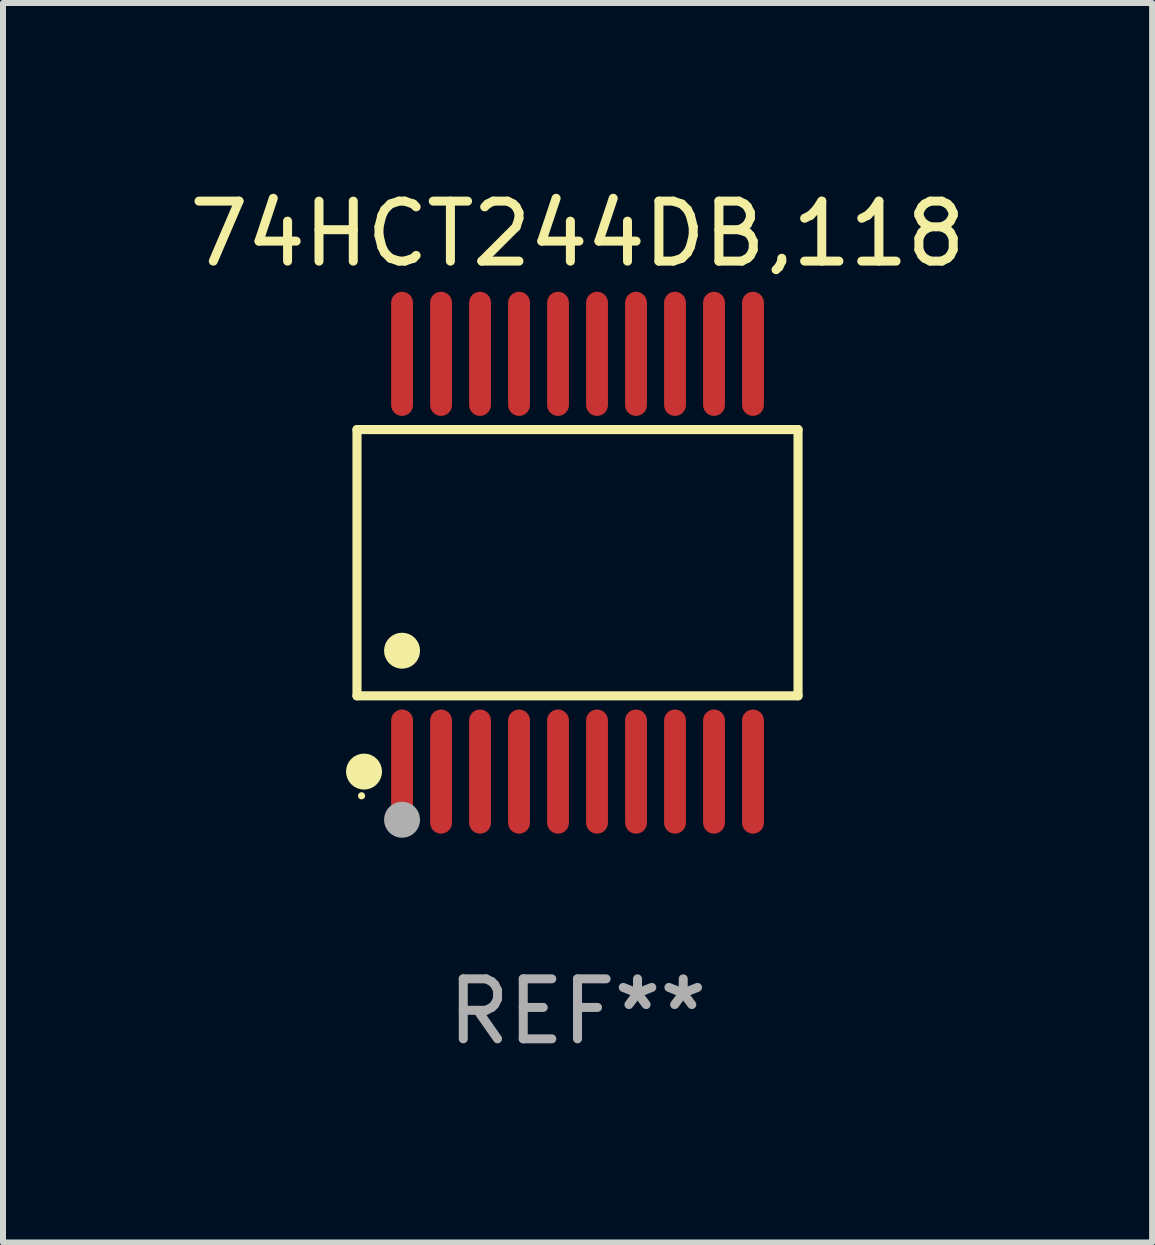
<source format=kicad_pcb>
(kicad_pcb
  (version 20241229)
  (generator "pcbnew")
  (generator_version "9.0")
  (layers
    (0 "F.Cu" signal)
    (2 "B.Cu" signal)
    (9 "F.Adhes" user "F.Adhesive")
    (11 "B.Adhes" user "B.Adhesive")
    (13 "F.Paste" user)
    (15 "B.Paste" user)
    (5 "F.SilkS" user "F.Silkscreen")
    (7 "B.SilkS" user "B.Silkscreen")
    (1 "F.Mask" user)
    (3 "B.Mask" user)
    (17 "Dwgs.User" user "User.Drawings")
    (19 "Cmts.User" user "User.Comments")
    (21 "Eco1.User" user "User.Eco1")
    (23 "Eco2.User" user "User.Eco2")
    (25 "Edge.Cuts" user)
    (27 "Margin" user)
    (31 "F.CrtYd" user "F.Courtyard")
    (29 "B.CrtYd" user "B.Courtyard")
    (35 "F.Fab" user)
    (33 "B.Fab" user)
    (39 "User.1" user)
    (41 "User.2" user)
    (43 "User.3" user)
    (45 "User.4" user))
  (footprint "74HCT244DB,118"
    (layer "F.Cu")
    (at 6.577 6.33)
    (property "Reference" "74HCT244DB,118" (at 0 -5.482 0) (layer "F.SilkS") (effects (font (size 1 1) (thickness 0.15))))
    (attr through_hole)
    (fp_line (start -3.676 -2.219) (end 3.676 -2.219) (stroke (width 0.152) (type solid)) (layer "F.SilkS"))
    (fp_line (start -3.676 2.219) (end -3.676 -2.219) (stroke (width 0.152) (type solid)) (layer "F.SilkS"))
    (fp_line (start 3.676 -2.219) (end 3.676 2.219) (stroke (width 0.152) (type solid)) (layer "F.SilkS"))
    (fp_line (start 3.676 2.219) (end -3.676 2.219) (stroke (width 0.152) (type solid)) (layer "F.SilkS"))
    (fp_circle (center -3.6 3.885) (end -3.57 3.885) (stroke (width 0.06) (type solid)) (fill no) (layer "F.SilkS"))
    (fp_circle (center -3.559 3.482) (end -3.409 3.482) (stroke (width 0.3) (type solid)) (fill no) (layer "F.SilkS"))
    (fp_circle (center -2.925 1.467) (end -2.775 1.467) (stroke (width 0.3) (type solid)) (fill no) (layer "F.SilkS"))
    (fp_circle (center -2.925 4.285) (end -2.775 4.285) (stroke (width 0.3) (type solid)) (fill no) (layer "F.Fab"))
    (fp_text user "REF**" (at 0 7.482 0) (layer "F.Fab") (effects (font (size 1 1) (thickness 0.15))))
    (pad "1" smd oval (at -2.925 3.482) (size 0.364 2.069) (layers "F.Cu" "F.Mask" "F.Paste"))
    (pad "2" smd oval (at -2.275 3.482) (size 0.364 2.069) (layers "F.Cu" "F.Mask" "F.Paste"))
    (pad "3" smd oval (at -1.625 3.482) (size 0.364 2.069) (layers "F.Cu" "F.Mask" "F.Paste"))
    (pad "4" smd oval (at -0.975 3.482) (size 0.364 2.069) (layers "F.Cu" "F.Mask" "F.Paste"))
    (pad "5" smd oval (at -0.325 3.482) (size 0.364 2.069) (layers "F.Cu" "F.Mask" "F.Paste"))
    (pad "6" smd oval (at 0.325 3.482) (size 0.364 2.069) (layers "F.Cu" "F.Mask" "F.Paste"))
    (pad "7" smd oval (at 0.975 3.482) (size 0.364 2.069) (layers "F.Cu" "F.Mask" "F.Paste"))
    (pad "8" smd oval (at 1.625 3.482) (size 0.364 2.069) (layers "F.Cu" "F.Mask" "F.Paste"))
    (pad "9" smd oval (at 2.275 3.482) (size 0.364 2.069) (layers "F.Cu" "F.Mask" "F.Paste"))
    (pad "10" smd oval (at 2.925 3.482) (size 0.364 2.069) (layers "F.Cu" "F.Mask" "F.Paste"))
    (pad "11" smd oval (at 2.925 -3.482) (size 0.364 2.069) (layers "F.Cu" "F.Mask" "F.Paste"))
    (pad "12" smd oval (at 2.275 -3.482) (size 0.364 2.069) (layers "F.Cu" "F.Mask" "F.Paste"))
    (pad "13" smd oval (at 1.625 -3.482) (size 0.364 2.069) (layers "F.Cu" "F.Mask" "F.Paste"))
    (pad "14" smd oval (at 0.975 -3.482) (size 0.364 2.069) (layers "F.Cu" "F.Mask" "F.Paste"))
    (pad "15" smd oval (at 0.325 -3.482) (size 0.364 2.069) (layers "F.Cu" "F.Mask" "F.Paste"))
    (pad "16" smd oval (at -0.325 -3.482) (size 0.364 2.069) (layers "F.Cu" "F.Mask" "F.Paste"))
    (pad "17" smd oval (at -0.975 -3.482) (size 0.364 2.069) (layers "F.Cu" "F.Mask" "F.Paste"))
    (pad "18" smd oval (at -1.625 -3.482) (size 0.364 2.069) (layers "F.Cu" "F.Mask" "F.Paste"))
    (pad "19" smd oval (at -2.275 -3.482) (size 0.364 2.069) (layers "F.Cu" "F.Mask" "F.Paste"))
    (pad "20" smd oval (at -2.925 -3.482) (size 0.364 2.069) (layers "F.Cu" "F.Mask" "F.Paste")))
  (gr_rect
    (start -3 -3)
    (end 16.155 17.661)
    (stroke (width 0.1) (type default))
    (fill no)
    (layer "Edge.Cuts")))
</source>
